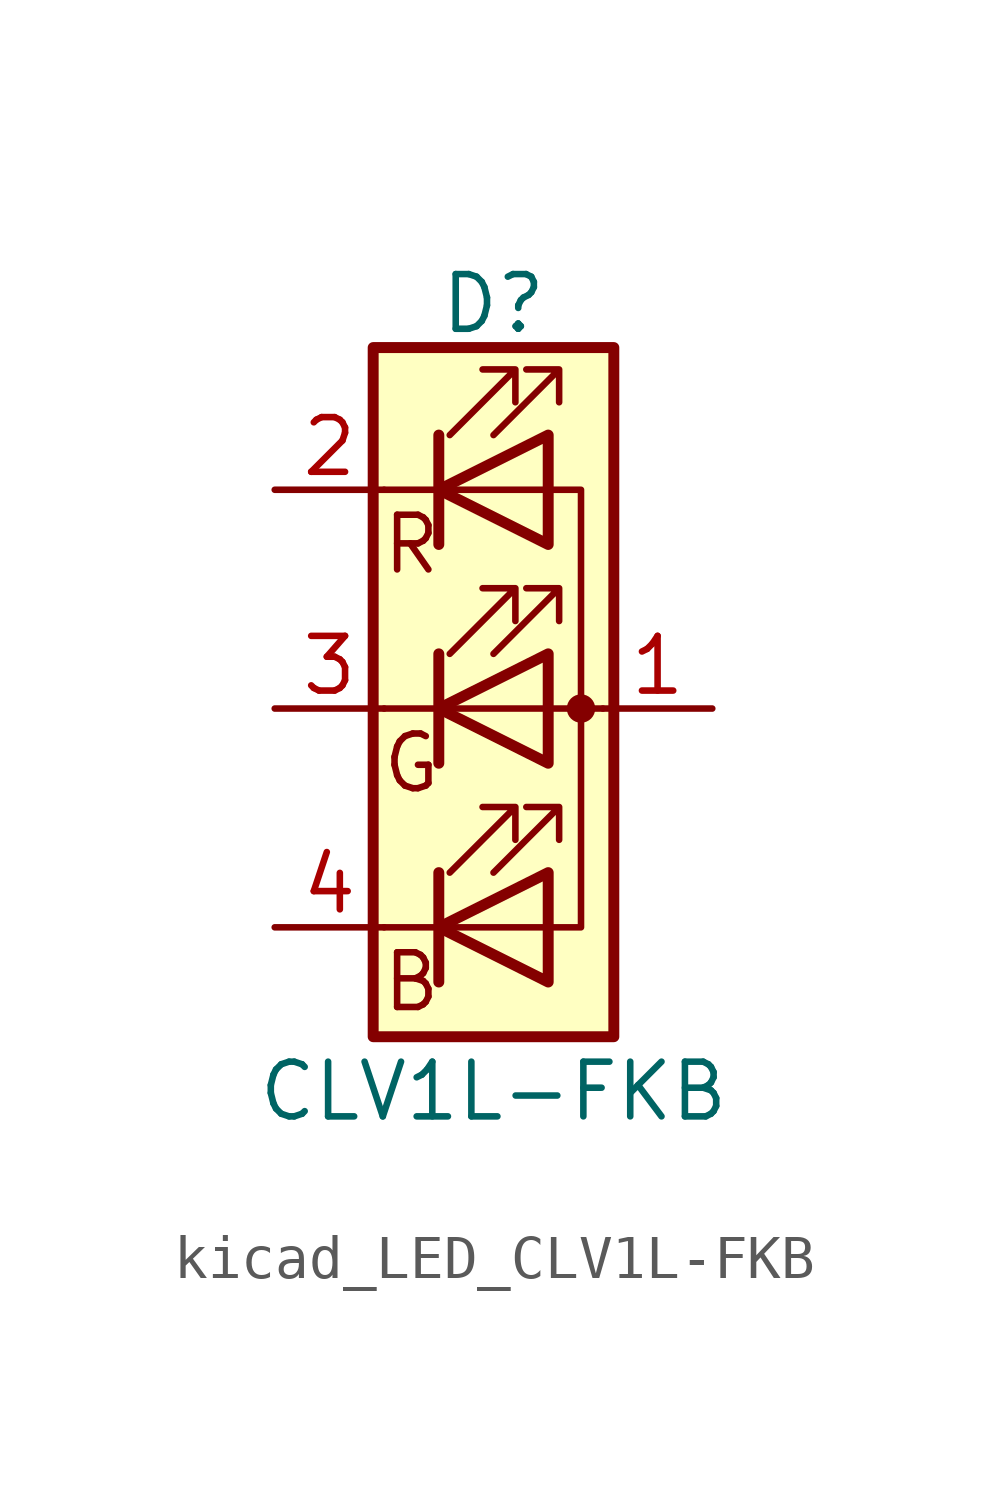
<source format=kicad_sym>
(kicad_symbol_lib
  (version 20220914)
  (generator kicad_symbol_editor)
  (symbol "kicad_LED_CLV1L-FKB"
    (pin_names
      (offset 0) hide)
    (property "Reference" "D"
      (at 0 9.398 0)
      (effects (font (size 1.27 1.27))))
    (property "Value" "CLV1L-FKB"
      (at 0 -8.89 0)
      (effects (font (size 1.27 1.27))))
    (symbol "kicad_LED_CLV1L-FKB_0_0"
      (text "B" (at -1.905 -6.35 0) (effects (font (size 1.27 1.27))))
      (text "G" (at -1.905 -1.27 0) (effects (font (size 1.27 1.27))))
      (text "R" (at -1.905 3.81 0) (effects (font (size 1.27 1.27)))))
    (symbol "kicad_LED_CLV1L-FKB_0_1"
      (polyline (pts (xy -2.54 -5.08) (xy 1.27 -5.08)) (stroke (width 0) (type default)) (fill (type none)))
      (polyline (pts (xy -1.27 -3.81) (xy -1.27 -6.35)) (stroke (width 0.254) (type default)) (fill (type none)))
      (polyline (pts (xy -1.27 1.27) (xy -1.27 -1.27)) (stroke (width 0.254) (type default)) (fill (type none)))
      (polyline (pts (xy -1.27 6.35) (xy -1.27 3.81)) (stroke (width 0.254) (type default)) (fill (type none)))
      (polyline (pts (xy 1.27 5.08) (xy -2.54 5.08)) (stroke (width 0) (type default)) (fill (type none)))
      (polyline (pts (xy 2.54 0) (xy -2.54 0)) (stroke (width 0) (type default)) (fill (type none)))
      (polyline (pts (xy 1.27 -5.08) (xy 2.032 -5.08) (xy 2.032 5.08) (xy 1.27 5.08)) (stroke (width 0) (type default)) (fill (type none)))
      (polyline (pts (xy 1.27 -3.81) (xy 1.27 -6.35) (xy -1.27 -5.08) (xy 1.27 -3.81)) (stroke (width 0.254) (type default)) (fill (type none)))
      (polyline (pts (xy 1.27 1.27) (xy 1.27 -1.27) (xy -1.27 0) (xy 1.27 1.27)) (stroke (width 0.254) (type default)) (fill (type none)))
      (polyline (pts (xy 1.27 6.35) (xy 1.27 3.81) (xy -1.27 5.08) (xy 1.27 6.35)) (stroke (width 0.254) (type default)) (fill (type none)))
      (polyline (pts (xy -1.016 -3.81) (xy 0.508 -2.286) (xy -0.254 -2.286) (xy 0.508 -2.286) (xy 0.508 -3.048)) (stroke (width 0) (type default)) (fill (type none)))
      (polyline (pts (xy -1.016 1.27) (xy 0.508 2.794) (xy -0.254 2.794) (xy 0.508 2.794) (xy 0.508 2.032)) (stroke (width 0) (type default)) (fill (type none)))
      (polyline (pts (xy -1.016 6.35) (xy 0.508 7.874) (xy -0.254 7.874) (xy 0.508 7.874) (xy 0.508 7.112)) (stroke (width 0) (type default)) (fill (type none)))
      (polyline (pts (xy 0 -3.81) (xy 1.524 -2.286) (xy 0.762 -2.286) (xy 1.524 -2.286) (xy 1.524 -3.048)) (stroke (width 0) (type default)) (fill (type none)))
      (polyline (pts (xy 0 1.27) (xy 1.524 2.794) (xy 0.762 2.794) (xy 1.524 2.794) (xy 1.524 2.032)) (stroke (width 0) (type default)) (fill (type none)))
      (polyline (pts (xy 0 6.35) (xy 1.524 7.874) (xy 0.762 7.874) (xy 1.524 7.874) (xy 1.524 7.112)) (stroke (width 0) (type default)) (fill (type none)))
      (rectangle (start 1.27 6.35) (end 1.27 6.35) (stroke (width 0) (type default)) (fill (type none)))
      (circle (center 2.032 0) (radius 0.254) (stroke (width 0) (type default)) (fill (type outline)))
      (rectangle (start 2.794 8.382) (end -2.794 -7.62) (stroke (width 0.254) (type default)) (fill (type background))))
    (symbol "kicad_LED_CLV1L-FKB_1_1"
      (pin passive line (at 5.08 0 180) (length 2.54) (name "A" (effects (font (size 1.27 1.27)))) (number "1" (effects (font (size 1.27 1.27)))))
      (pin passive line (at -5.08 5.08 0) (length 2.54) (name "RK" (effects (font (size 1.27 1.27)))) (number "2" (effects (font (size 1.27 1.27)))))
      (pin passive line (at -5.08 0 0) (length 2.54) (name "GK" (effects (font (size 1.27 1.27)))) (number "3" (effects (font (size 1.27 1.27)))))
      (pin passive line (at -5.08 -5.08 0) (length 2.54) (name "BK" (effects (font (size 1.27 1.27)))) (number "4" (effects (font (size 1.27 1.27))))))))
</source>
